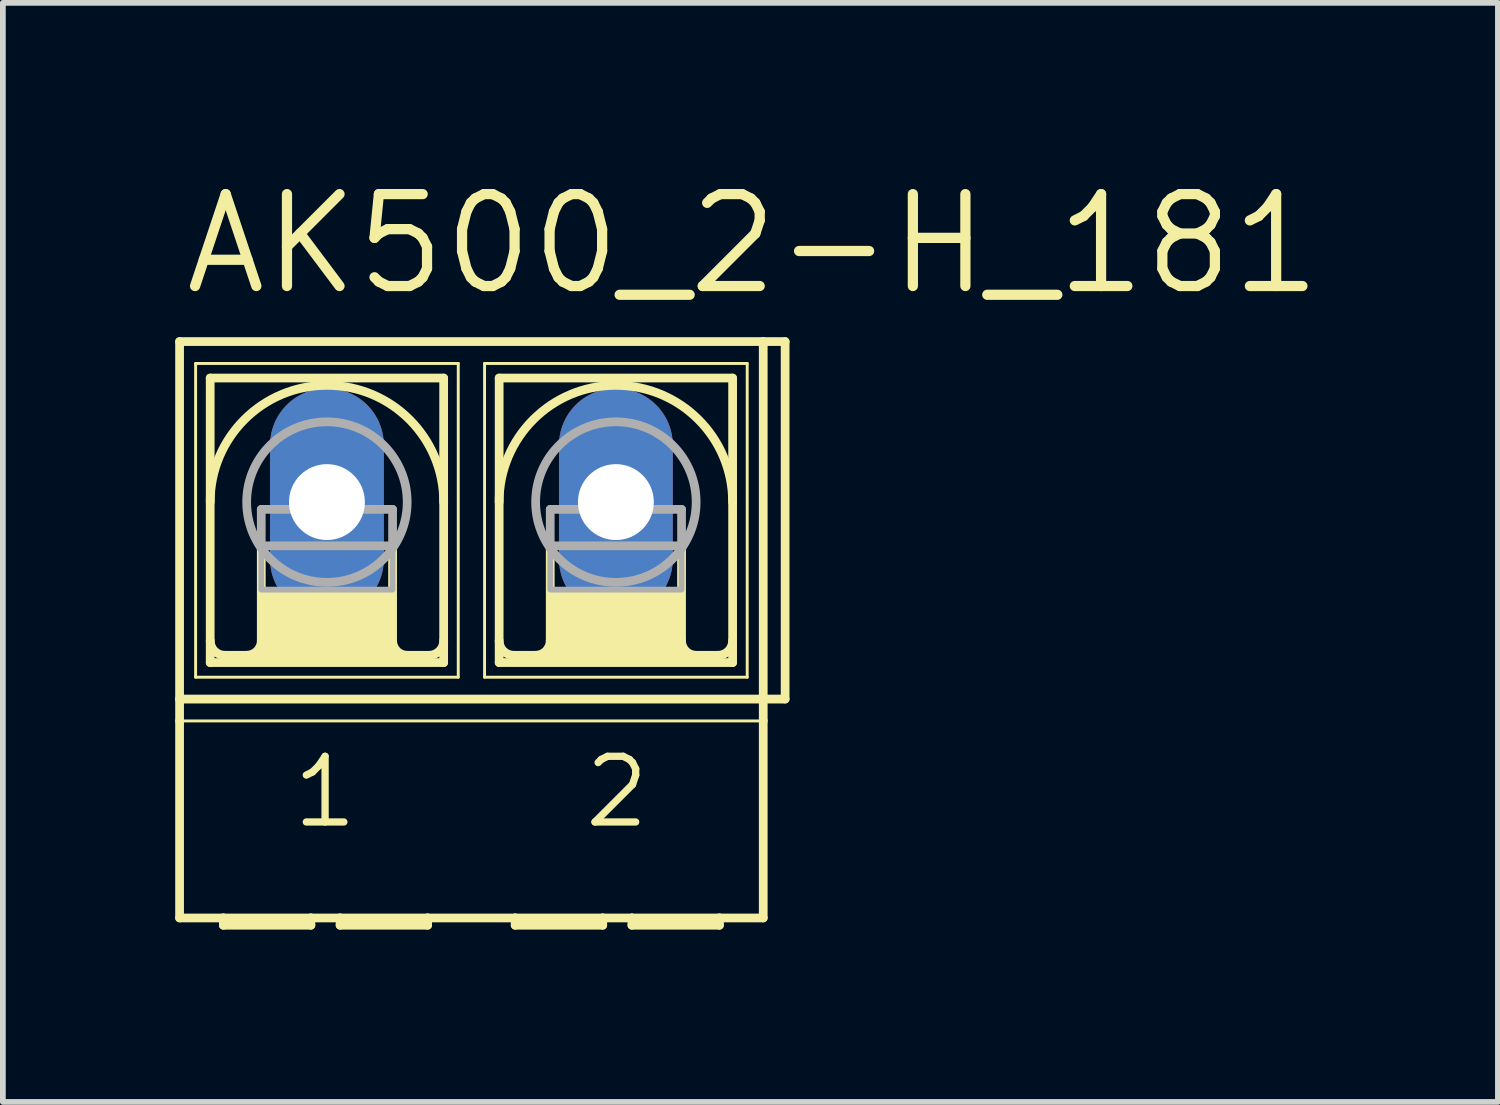
<source format=kicad_pcb>
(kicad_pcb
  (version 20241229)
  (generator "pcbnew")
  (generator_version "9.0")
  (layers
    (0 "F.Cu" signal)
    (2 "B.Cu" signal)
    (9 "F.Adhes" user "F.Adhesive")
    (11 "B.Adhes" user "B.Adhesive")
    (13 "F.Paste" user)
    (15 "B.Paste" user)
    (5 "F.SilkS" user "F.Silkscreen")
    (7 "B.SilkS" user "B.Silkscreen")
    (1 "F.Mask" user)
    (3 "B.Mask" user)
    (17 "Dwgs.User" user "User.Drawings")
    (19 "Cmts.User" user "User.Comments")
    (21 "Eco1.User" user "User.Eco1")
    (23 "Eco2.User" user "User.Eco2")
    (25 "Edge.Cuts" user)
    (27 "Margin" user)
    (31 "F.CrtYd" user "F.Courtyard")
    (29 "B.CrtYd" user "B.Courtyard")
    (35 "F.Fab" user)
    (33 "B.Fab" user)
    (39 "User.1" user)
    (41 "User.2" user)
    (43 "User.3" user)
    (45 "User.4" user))
  (footprint "AK500_2-H_181"
    (layer "F.Cu")
    (at 5.156 5.69)
    (property "Reference" "AK500_2-H_181" (at -5.08 -3.556 0) (unlocked yes) (layer "F.SilkS") (effects (font (size 1.6 1.6) (thickness 0.178)) (justify left bottom)))
    (fp_line (start -5.08 3.429) (end -5.08 -2.794) (stroke (width 0.152) (type solid)) (layer "F.SilkS"))
    (fp_line (start -5.08 3.429) (end 5.08 3.429) (stroke (width 0.152) (type solid)) (layer "F.SilkS"))
    (fp_line (start -5.08 3.81) (end -5.08 3.429) (stroke (width 0.152) (type solid)) (layer "F.SilkS"))
    (fp_line (start -5.08 7.239) (end -5.08 3.81) (stroke (width 0.152) (type solid)) (layer "F.SilkS"))
    (fp_line (start -5.08 7.239) (end -4.318 7.239) (stroke (width 0.152) (type solid)) (layer "F.SilkS"))
    (fp_line (start -4.801 -2.413) (end -4.801 3.048) (stroke (width 0.051) (type solid)) (layer "F.SilkS"))
    (fp_line (start -4.801 -2.413) (end -0.229 -2.413) (stroke (width 0.051) (type solid)) (layer "F.SilkS"))
    (fp_line (start -4.547 2.794) (end -4.547 -2.159) (stroke (width 0.152) (type solid)) (layer "F.SilkS"))
    (fp_line (start -4.547 2.794) (end -0.483 2.794) (stroke (width 0.152) (type solid)) (layer "F.SilkS"))
    (fp_line (start -4.318 7.239) (end -2.794 7.239) (stroke (width 0.152) (type solid)) (layer "F.SilkS"))
    (fp_line (start -4.318 7.366) (end -4.318 7.239) (stroke (width 0.152) (type solid)) (layer "F.SilkS"))
    (fp_line (start -4.318 7.366) (end -2.794 7.366) (stroke (width 0.152) (type solid)) (layer "F.SilkS"))
    (fp_line (start -3.658 0.762) (end -3.658 2.413) (stroke (width 0.152) (type solid)) (layer "F.SilkS"))
    (fp_line (start -2.794 7.239) (end -2.794 7.366) (stroke (width 0.152) (type solid)) (layer "F.SilkS"))
    (fp_line (start -2.794 7.239) (end -2.286 7.239) (stroke (width 0.152) (type solid)) (layer "F.SilkS"))
    (fp_line (start -2.286 7.239) (end -0.762 7.239) (stroke (width 0.152) (type solid)) (layer "F.SilkS"))
    (fp_line (start -2.286 7.366) (end -2.286 7.239) (stroke (width 0.152) (type solid)) (layer "F.SilkS"))
    (fp_line (start -2.286 7.366) (end -0.762 7.366) (stroke (width 0.152) (type solid)) (layer "F.SilkS"))
    (fp_line (start -1.372 0.762) (end -1.372 2.413) (stroke (width 0.152) (type solid)) (layer "F.SilkS"))
    (fp_line (start -0.762 7.239) (end 0.762 7.239) (stroke (width 0.152) (type solid)) (layer "F.SilkS"))
    (fp_line (start -0.762 7.366) (end -0.762 7.239) (stroke (width 0.152) (type solid)) (layer "F.SilkS"))
    (fp_line (start -0.737 2.667) (end -4.293 2.667) (stroke (width 0.152) (type solid)) (layer "F.SilkS"))
    (fp_line (start -0.483 -2.159) (end -4.547 -2.159) (stroke (width 0.152) (type solid)) (layer "F.SilkS"))
    (fp_line (start -0.483 -2.159) (end -0.483 2.794) (stroke (width 0.152) (type solid)) (layer "F.SilkS"))
    (fp_line (start -0.229 -2.413) (end -0.229 3.048) (stroke (width 0.051) (type solid)) (layer "F.SilkS"))
    (fp_line (start -0.229 3.048) (end -4.801 3.048) (stroke (width 0.051) (type solid)) (layer "F.SilkS"))
    (fp_line (start 0.229 -2.413) (end 0.229 3.048) (stroke (width 0.051) (type solid)) (layer "F.SilkS"))
    (fp_line (start 0.229 -2.413) (end 4.801 -2.413) (stroke (width 0.051) (type solid)) (layer "F.SilkS"))
    (fp_line (start 0.483 -2.159) (end 0.483 2.794) (stroke (width 0.152) (type solid)) (layer "F.SilkS"))
    (fp_line (start 0.483 2.794) (end 4.547 2.794) (stroke (width 0.152) (type solid)) (layer "F.SilkS"))
    (fp_line (start 0.762 7.239) (end 2.286 7.239) (stroke (width 0.152) (type solid)) (layer "F.SilkS"))
    (fp_line (start 0.762 7.366) (end 0.762 7.239) (stroke (width 0.152) (type solid)) (layer "F.SilkS"))
    (fp_line (start 0.762 7.366) (end 2.286 7.366) (stroke (width 0.152) (type solid)) (layer "F.SilkS"))
    (fp_line (start 1.372 0.762) (end 1.372 2.413) (stroke (width 0.152) (type solid)) (layer "F.SilkS"))
    (fp_line (start 2.286 7.239) (end 2.286 7.366) (stroke (width 0.152) (type solid)) (layer "F.SilkS"))
    (fp_line (start 2.286 7.239) (end 2.794 7.239) (stroke (width 0.152) (type solid)) (layer "F.SilkS"))
    (fp_line (start 2.794 7.239) (end 4.318 7.239) (stroke (width 0.152) (type solid)) (layer "F.SilkS"))
    (fp_line (start 2.794 7.366) (end 2.794 7.239) (stroke (width 0.152) (type solid)) (layer "F.SilkS"))
    (fp_line (start 2.794 7.366) (end 4.318 7.366) (stroke (width 0.152) (type solid)) (layer "F.SilkS"))
    (fp_line (start 3.658 0.762) (end 3.658 2.413) (stroke (width 0.152) (type solid)) (layer "F.SilkS"))
    (fp_line (start 4.293 2.667) (end 0.737 2.667) (stroke (width 0.152) (type solid)) (layer "F.SilkS"))
    (fp_line (start 4.318 7.239) (end 5.08 7.239) (stroke (width 0.152) (type solid)) (layer "F.SilkS"))
    (fp_line (start 4.318 7.366) (end 4.318 7.239) (stroke (width 0.152) (type solid)) (layer "F.SilkS"))
    (fp_line (start 4.547 -2.159) (end 0.483 -2.159) (stroke (width 0.152) (type solid)) (layer "F.SilkS"))
    (fp_line (start 4.547 2.794) (end 4.547 -2.159) (stroke (width 0.152) (type solid)) (layer "F.SilkS"))
    (fp_line (start 4.801 3.048) (end 0.229 3.048) (stroke (width 0.051) (type solid)) (layer "F.SilkS"))
    (fp_line (start 4.801 3.048) (end 4.801 -2.413) (stroke (width 0.051) (type solid)) (layer "F.SilkS"))
    (fp_line (start 5.08 -2.794) (end -5.08 -2.794) (stroke (width 0.152) (type solid)) (layer "F.SilkS"))
    (fp_line (start 5.08 -2.794) (end 5.08 3.429) (stroke (width 0.152) (type solid)) (layer "F.SilkS"))
    (fp_line (start 5.08 3.429) (end 5.08 3.81) (stroke (width 0.152) (type solid)) (layer "F.SilkS"))
    (fp_line (start 5.08 3.81) (end -5.08 3.81) (stroke (width 0.051) (type solid)) (layer "F.SilkS"))
    (fp_line (start 5.08 3.81) (end 5.08 7.239) (stroke (width 0.152) (type solid)) (layer "F.SilkS"))
    (fp_line (start 5.461 -2.794) (end 5.08 -2.794) (stroke (width 0.152) (type solid)) (layer "F.SilkS"))
    (fp_line (start 5.461 -2.794) (end 5.461 3.429) (stroke (width 0.152) (type solid)) (layer "F.SilkS"))
    (fp_line (start 5.461 3.429) (end 5.08 3.429) (stroke (width 0.152) (type solid)) (layer "F.SilkS"))
    (fp_arc (start -4.5466 0) (mid -2.5146 -2.032) (end -0.4826 0) (stroke (width 0.1524) (type solid)) (layer "F.SilkS"))
    (fp_arc (start -4.2926 2.667) (mid -4.472205 2.592605) (end -4.5466 2.413) (stroke (width 0.1524) (type solid)) (layer "F.SilkS"))
    (fp_arc (start -3.6576 2.413) (mid -3.731995 2.592605) (end -3.9116 2.667) (stroke (width 0.1524) (type solid)) (layer "F.SilkS"))
    (fp_arc (start -1.1176 2.667) (mid -1.297205 2.592605) (end -1.3716 2.413) (stroke (width 0.1524) (type solid)) (layer "F.SilkS"))
    (fp_arc (start -0.4826 2.413) (mid -0.556995 2.592605) (end -0.7366 2.667) (stroke (width 0.1524) (type solid)) (layer "F.SilkS"))
    (fp_arc (start 0.4826 0) (mid 2.5146 -2.032) (end 4.5466 0) (stroke (width 0.1524) (type solid)) (layer "F.SilkS"))
    (fp_arc (start 0.7366 2.667) (mid 0.556995 2.592605) (end 0.4826 2.413) (stroke (width 0.1524) (type solid)) (layer "F.SilkS"))
    (fp_arc (start 1.3716 2.413) (mid 1.297205 2.592605) (end 1.1176 2.667) (stroke (width 0.1524) (type solid)) (layer "F.SilkS"))
    (fp_arc (start 3.9116 2.667) (mid 3.731995 2.592605) (end 3.6576 2.413) (stroke (width 0.1524) (type solid)) (layer "F.SilkS"))
    (fp_arc (start 4.5466 2.413) (mid 4.472205 2.592605) (end 4.2926 2.667) (stroke (width 0.1524) (type solid)) (layer "F.SilkS"))
    (fp_poly (pts (xy -3.658 2.667) (xy -1.372 2.667) (xy -1.372 1.524) (xy -3.658 1.524)) (stroke (width 0) (type default)) (fill yes) (layer "F.SilkS"))
    (fp_poly (pts (xy 1.372 2.667) (xy 3.658 2.667) (xy 3.658 1.524) (xy 1.372 1.524)) (stroke (width 0) (type default)) (fill yes) (layer "F.SilkS"))
    (fp_line (start -3.658 0.127) (end -3.658 0.762) (stroke (width 0.152) (type solid)) (layer "F.Fab"))
    (fp_line (start -3.658 0.127) (end -1.372 0.127) (stroke (width 0.152) (type solid)) (layer "F.Fab"))
    (fp_line (start -3.658 0.762) (end -1.372 0.762) (stroke (width 0.152) (type solid)) (layer "F.Fab"))
    (fp_line (start -1.372 0.127) (end -1.372 0.762) (stroke (width 0.152) (type solid)) (layer "F.Fab"))
    (fp_line (start 1.372 0.127) (end 1.372 0.762) (stroke (width 0.152) (type solid)) (layer "F.Fab"))
    (fp_line (start 1.372 0.127) (end 3.658 0.127) (stroke (width 0.152) (type solid)) (layer "F.Fab"))
    (fp_line (start 1.372 0.762) (end 3.658 0.762) (stroke (width 0.152) (type solid)) (layer "F.Fab"))
    (fp_line (start 3.658 0.127) (end 3.658 0.762) (stroke (width 0.152) (type solid)) (layer "F.Fab"))
    (fp_circle (center -2.515 0) (end -1.118 0) (stroke (width 0.152) (type solid)) (fill no) (layer "F.Fab"))
    (fp_circle (center 2.515 0) (end 3.912 0) (stroke (width 0.152) (type solid)) (fill no) (layer "F.Fab"))
    (fp_poly (pts (xy -3.658 1.524) (xy -1.372 1.524) (xy -1.372 0.762) (xy -3.658 0.762)) (stroke (width 0.1) (type default)) (fill no) (layer "F.Fab"))
    (fp_poly (pts (xy 1.372 1.524) (xy 3.658 1.524) (xy 3.658 0.762) (xy 1.372 0.762)) (stroke (width 0.1) (type default)) (fill no) (layer "F.Fab"))
    (fp_text user "1" (at -3.175 5.715 0) (unlocked yes) (layer "F.SilkS") (effects (font (size 1.143 1.143) (thickness 0.127)) (justify left bottom)))
    (fp_text user "2" (at 1.905 5.715 0) (unlocked yes) (layer "F.SilkS") (effects (font (size 1.143 1.143) (thickness 0.127)) (justify left bottom)))
    (pad "1" thru_hole oval (at -2.515 0 90) (size 3.962 1.981) (drill 1.321) (layers "*.Cu" "*.Mask"))
    (pad "2" thru_hole oval (at 2.515 0 90) (size 3.962 1.981) (drill 1.321) (layers "*.Cu" "*.Mask")))
  (gr_rect
    (start -3 -3)
    (end 23.025 16.132)
    (stroke (width 0.1) (type default))
    (fill no)
    (layer "Edge.Cuts")))
</source>
